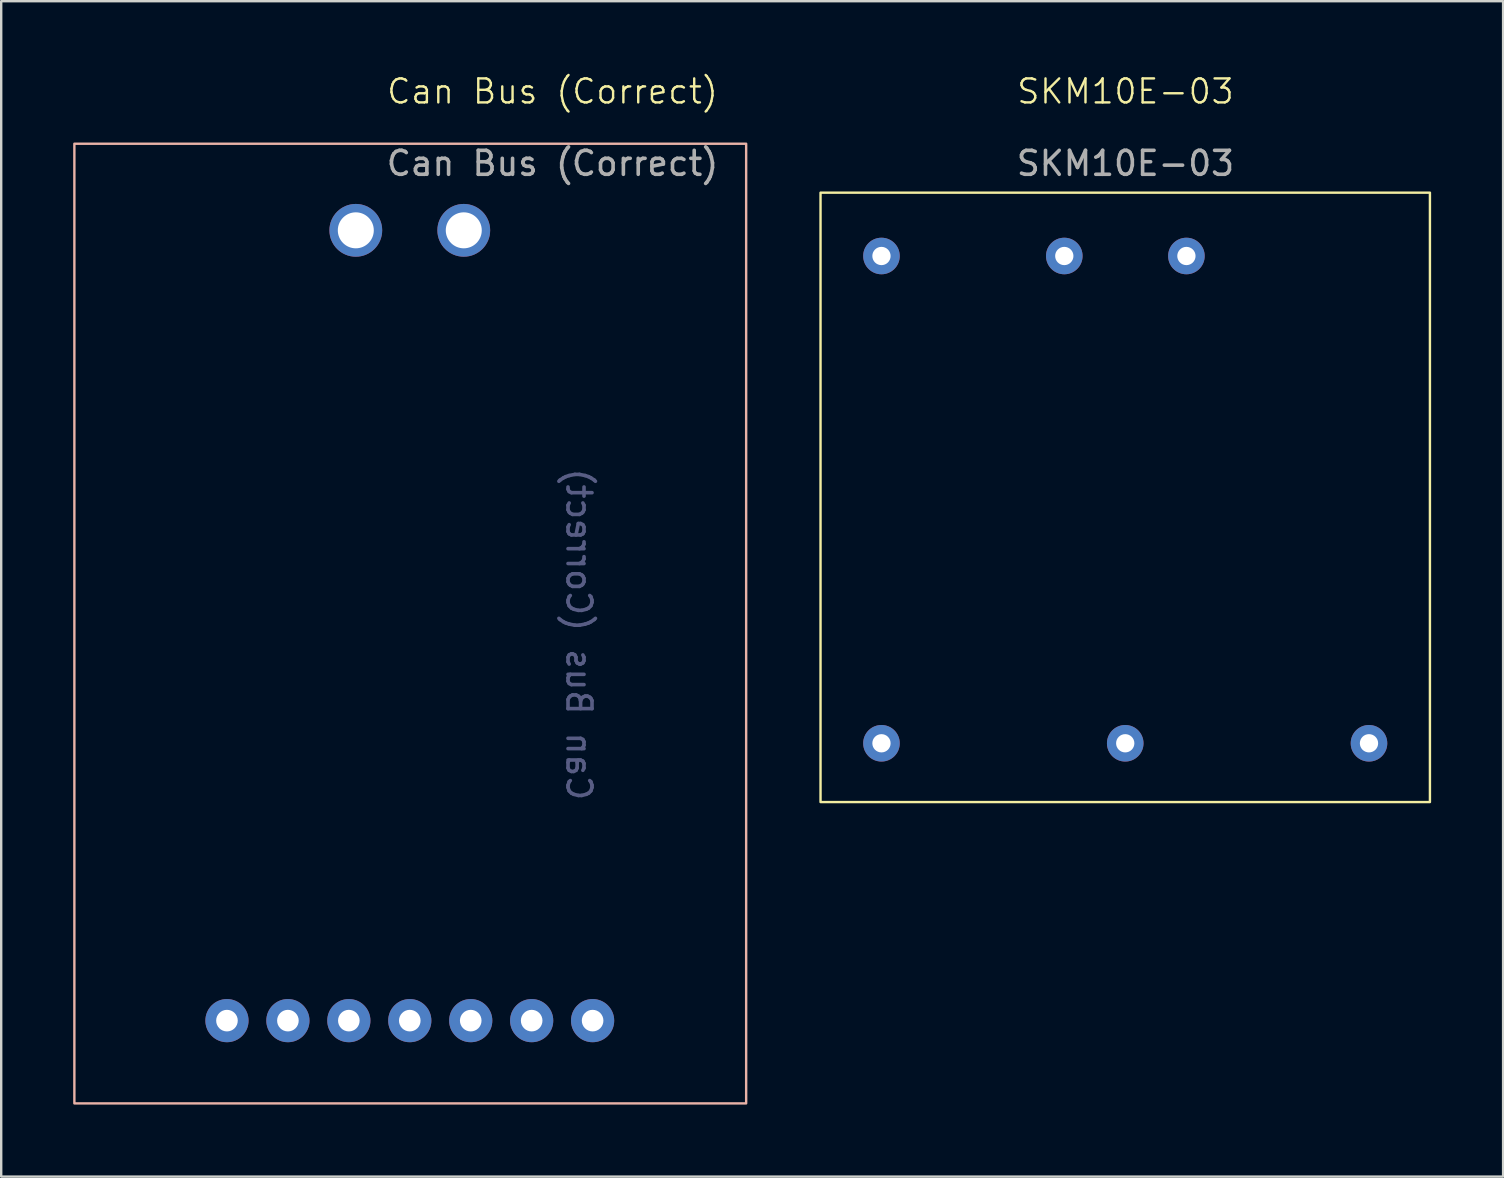
<source format=kicad_pcb>
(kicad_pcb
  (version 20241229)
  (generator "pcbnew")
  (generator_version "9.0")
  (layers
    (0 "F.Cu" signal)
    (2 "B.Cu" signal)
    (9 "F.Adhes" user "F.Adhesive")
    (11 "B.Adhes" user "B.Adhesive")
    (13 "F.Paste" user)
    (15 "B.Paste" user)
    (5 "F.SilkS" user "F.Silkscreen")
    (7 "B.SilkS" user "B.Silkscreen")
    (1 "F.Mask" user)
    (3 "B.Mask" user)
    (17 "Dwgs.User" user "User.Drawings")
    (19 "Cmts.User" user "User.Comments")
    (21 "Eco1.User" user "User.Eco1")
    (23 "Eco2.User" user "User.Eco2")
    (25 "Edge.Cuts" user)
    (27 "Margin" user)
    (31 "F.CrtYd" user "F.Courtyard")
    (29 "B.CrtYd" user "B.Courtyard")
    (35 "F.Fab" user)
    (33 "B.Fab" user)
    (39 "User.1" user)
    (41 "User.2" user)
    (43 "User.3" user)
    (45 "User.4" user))
  (footprint "SKM10E-03"
    (layer "F.Cu")
    (at 43.86 1.26)
    (property "Reference" "SKM10E-03" (at 0 -0.5 0) (unlocked yes) (layer "F.SilkS") (effects (font (size 1 1) (thickness 0.1))))
    (attr through_hole)
    (fp_rect (start -12.71 3.72) (end 12.69 29.12) (stroke (width 0.1) (type default)) (fill no) (layer "F.SilkS"))
    (fp_text user "${REFERENCE}" (at 0 2.5 0) (unlocked yes) (layer "F.Fab") (effects (font (size 1 1) (thickness 0.15))))
    (pad "1" thru_hole circle (at 2.54 6.36) (size 1.524 1.524) (drill 0.762) (layers "*.Cu" "*.Mask"))
    (pad "2" thru_hole circle (at -2.55 6.36) (size 1.524 1.524) (drill 0.762) (layers "*.Cu" "*.Mask"))
    (pad "3" thru_hole circle (at 10.15 26.67) (size 1.524 1.524) (drill 0.762) (layers "*.Cu" "*.Mask"))
    (pad "4" thru_hole circle (at -0.01 26.67) (size 1.524 1.524) (drill 0.762) (layers "*.Cu" "*.Mask"))
    (pad "5" thru_hole circle (at -10.17 26.67) (size 1.524 1.524) (drill 0.762) (layers "*.Cu" "*.Mask"))
    (pad "6" thru_hole circle (at -10.17 6.36) (size 1.524 1.524) (drill 0.762) (layers "*.Cu" "*.Mask")))
  (footprint "Can Bus (Correct)"
    (layer "F.Cu")
    (at 19.98 1.26)
    (property "Reference" "Can Bus (Correct)" (at 0 -0.5 0) (unlocked yes) (layer "F.SilkS") (effects (font (size 1 1) (thickness 0.1))))
    (attr through_hole)
    (fp_rect (start -19.93 1.68) (end 8.07 41.68) (stroke (width 0.1) (type default)) (fill no) (layer "B.SilkS"))
    (fp_text user "${REFERENCE}" (at 1.1 22.13 270) (unlocked yes) (layer "B.Fab") (effects (font (size 1 1) (thickness 0.15)) (justify mirror)))
    (fp_text user "${REFERENCE}" (at 0 2.5 0) (unlocked yes) (layer "F.Fab") (effects (font (size 1 1) (thickness 0.15))))
    (pad "1" thru_hole circle (at 1.67 38.23 270) (size 1.8 1.8) (drill 0.9) (layers "*.Cu" "*.Mask"))
    (pad "2" thru_hole circle (at -0.87 38.23 270) (size 1.8 1.8) (drill 0.9) (layers "*.Cu" "*.Mask"))
    (pad "3" thru_hole circle (at -3.41 38.23 270) (size 1.8 1.8) (drill 0.9) (layers "*.Cu" "*.Mask"))
    (pad "4" thru_hole circle (at -5.95 38.23 270) (size 1.8 1.8) (drill 0.9) (layers "*.Cu" "*.Mask"))
    (pad "5" thru_hole circle (at -8.49 38.23 270) (size 1.8 1.8) (drill 0.9) (layers "*.Cu" "*.Mask"))
    (pad "6" thru_hole circle (at -11.03 38.23 270) (size 1.8 1.8) (drill 0.9) (layers "*.Cu" "*.Mask"))
    (pad "7" thru_hole circle (at -13.57 38.23 270) (size 1.8 1.8) (drill 0.9) (layers "*.Cu" "*.Mask"))
    (pad "8" thru_hole circle (at -3.7 5.29 270) (size 2.2 2.2) (drill 1.5) (layers "*.Cu" "*.Mask"))
    (pad "9" thru_hole circle (at -8.2 5.29 270) (size 2.2 2.2) (drill 1.5) (layers "*.Cu" "*.Mask")))
  (gr_rect
    (start -3 -3)
    (end 59.6 45.99)
    (stroke (width 0.1) (type default))
    (fill no)
    (layer "Edge.Cuts")))
</source>
